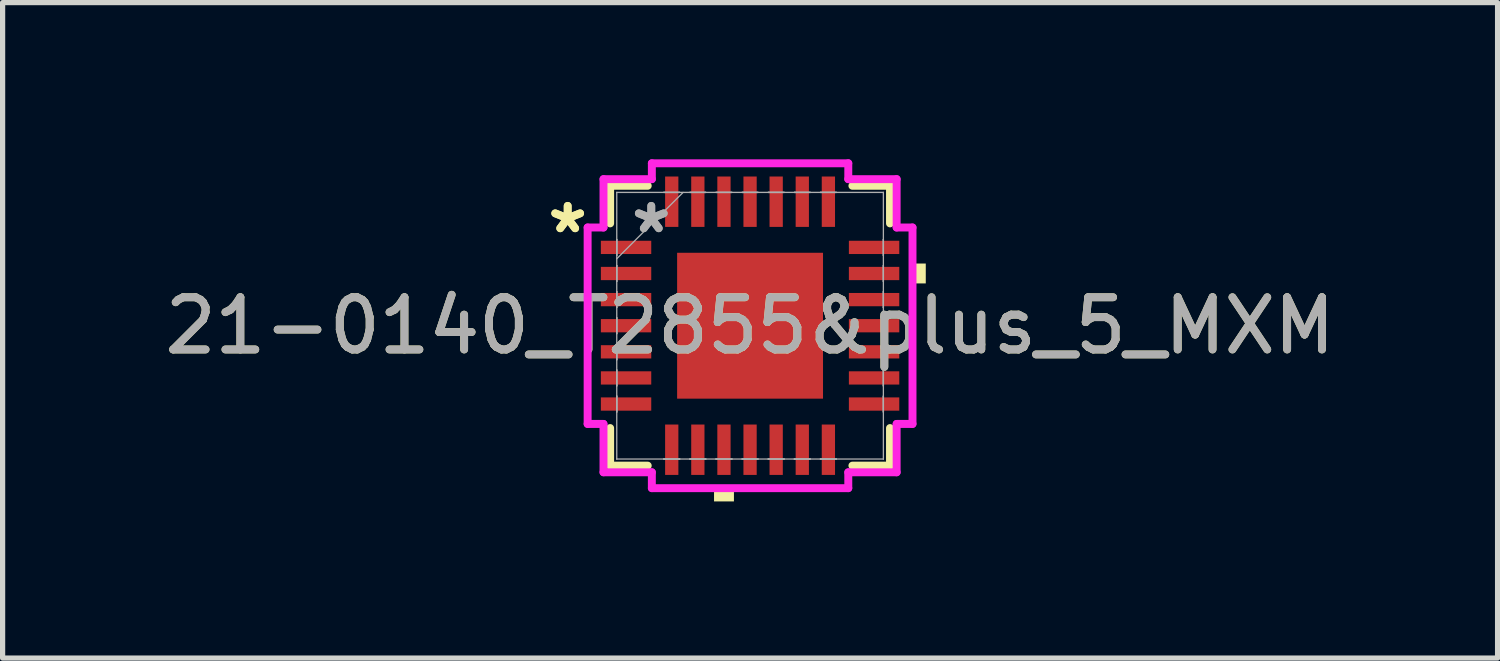
<source format=kicad_pcb>
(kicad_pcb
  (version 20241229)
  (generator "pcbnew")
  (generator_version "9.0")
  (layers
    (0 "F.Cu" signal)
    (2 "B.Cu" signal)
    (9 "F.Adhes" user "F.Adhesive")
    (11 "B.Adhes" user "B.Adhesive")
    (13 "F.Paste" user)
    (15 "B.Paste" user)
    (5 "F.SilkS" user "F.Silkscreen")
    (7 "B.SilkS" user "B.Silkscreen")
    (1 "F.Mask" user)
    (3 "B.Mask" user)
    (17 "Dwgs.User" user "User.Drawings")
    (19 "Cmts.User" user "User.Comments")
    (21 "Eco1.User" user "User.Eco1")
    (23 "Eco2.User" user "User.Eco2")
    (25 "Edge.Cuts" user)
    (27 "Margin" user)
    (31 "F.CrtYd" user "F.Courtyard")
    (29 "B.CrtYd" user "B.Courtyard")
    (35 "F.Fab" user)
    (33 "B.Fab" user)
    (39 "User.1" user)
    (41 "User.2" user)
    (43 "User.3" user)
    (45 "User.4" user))
  (footprint "21-0140_T2855&plus_5_MXM"
    (layer "F.Cu")
    (at 11.315 3.188)
    (property "Reference" "21-0140_T2855&plus_5_MXM" (at 0 0 0) (unlocked yes) (layer "F.SilkS") (effects (font (size 1 1) (thickness 0.15))))
    (attr smd)
    (fp_line (start -2.68 -2.68) (end -2.68 -1.96) (stroke (width 0.152) (type solid)) (layer "F.SilkS"))
    (fp_line (start -2.68 1.96) (end -2.68 2.68) (stroke (width 0.152) (type solid)) (layer "F.SilkS"))
    (fp_line (start -2.68 2.68) (end -1.96 2.68) (stroke (width 0.152) (type solid)) (layer "F.SilkS"))
    (fp_line (start -1.96 -2.68) (end -2.68 -2.68) (stroke (width 0.152) (type solid)) (layer "F.SilkS"))
    (fp_line (start 1.96 2.68) (end 2.68 2.68) (stroke (width 0.152) (type solid)) (layer "F.SilkS"))
    (fp_line (start 2.68 -2.68) (end 1.96 -2.68) (stroke (width 0.152) (type solid)) (layer "F.SilkS"))
    (fp_line (start 2.68 -1.96) (end 2.68 -2.68) (stroke (width 0.152) (type solid)) (layer "F.SilkS"))
    (fp_line (start 2.68 2.68) (end 2.68 1.96) (stroke (width 0.152) (type solid)) (layer "F.SilkS"))
    (fp_poly (pts (xy -0.69 3.111) (xy -0.69 3.365) (xy -0.309 3.365) (xy -0.309 3.111)) (stroke (width 0) (type solid)) (fill yes) (layer "F.SilkS"))
    (fp_poly (pts (xy 3.365 -1.191) (xy 3.365 -0.81) (xy 3.111 -0.81) (xy 3.111 -1.191)) (stroke (width 0) (type solid)) (fill yes) (layer "F.SilkS"))
    (fp_poly (pts (xy -1.297 -1.297) (xy -1.297 -0.1) (xy -0.1 -0.1) (xy -0.1 -1.297)) (stroke (width 0) (type solid)) (fill yes) (layer "F.Paste"))
    (fp_poly (pts (xy -1.297 0.1) (xy -1.297 1.297) (xy -0.1 1.297) (xy -0.1 0.1)) (stroke (width 0) (type solid)) (fill yes) (layer "F.Paste"))
    (fp_poly (pts (xy 0.1 -1.297) (xy 0.1 -0.1) (xy 1.297 -0.1) (xy 1.297 -1.297)) (stroke (width 0) (type solid)) (fill yes) (layer "F.Paste"))
    (fp_poly (pts (xy 0.1 0.1) (xy 0.1 1.297) (xy 1.297 1.297) (xy 1.297 0.1)) (stroke (width 0) (type solid)) (fill yes) (layer "F.Paste"))
    (fp_line (start -3.111 -1.881) (end -2.807 -1.881) (stroke (width 0.152) (type solid)) (layer "F.CrtYd"))
    (fp_line (start -3.111 1.881) (end -3.111 -1.881) (stroke (width 0.152) (type solid)) (layer "F.CrtYd"))
    (fp_line (start -2.807 -2.807) (end -1.881 -2.807) (stroke (width 0.152) (type solid)) (layer "F.CrtYd"))
    (fp_line (start -2.807 -1.881) (end -2.807 -2.807) (stroke (width 0.152) (type solid)) (layer "F.CrtYd"))
    (fp_line (start -2.807 1.881) (end -3.111 1.881) (stroke (width 0.152) (type solid)) (layer "F.CrtYd"))
    (fp_line (start -2.807 2.807) (end -2.807 1.881) (stroke (width 0.152) (type solid)) (layer "F.CrtYd"))
    (fp_line (start -1.881 -3.111) (end 1.881 -3.111) (stroke (width 0.152) (type solid)) (layer "F.CrtYd"))
    (fp_line (start -1.881 -2.807) (end -1.881 -3.111) (stroke (width 0.152) (type solid)) (layer "F.CrtYd"))
    (fp_line (start -1.881 2.807) (end -2.807 2.807) (stroke (width 0.152) (type solid)) (layer "F.CrtYd"))
    (fp_line (start -1.881 3.111) (end -1.881 2.807) (stroke (width 0.152) (type solid)) (layer "F.CrtYd"))
    (fp_line (start 1.881 -3.111) (end 1.881 -2.807) (stroke (width 0.152) (type solid)) (layer "F.CrtYd"))
    (fp_line (start 1.881 -2.807) (end 2.807 -2.807) (stroke (width 0.152) (type solid)) (layer "F.CrtYd"))
    (fp_line (start 1.881 2.807) (end 1.881 3.111) (stroke (width 0.152) (type solid)) (layer "F.CrtYd"))
    (fp_line (start 1.881 3.111) (end -1.881 3.111) (stroke (width 0.152) (type solid)) (layer "F.CrtYd"))
    (fp_line (start 2.807 -2.807) (end 2.807 -1.881) (stroke (width 0.152) (type solid)) (layer "F.CrtYd"))
    (fp_line (start 2.807 -1.881) (end 3.111 -1.881) (stroke (width 0.152) (type solid)) (layer "F.CrtYd"))
    (fp_line (start 2.807 1.881) (end 2.807 2.807) (stroke (width 0.152) (type solid)) (layer "F.CrtYd"))
    (fp_line (start 2.807 2.807) (end 1.881 2.807) (stroke (width 0.152) (type solid)) (layer "F.CrtYd"))
    (fp_line (start 3.111 -1.881) (end 3.111 1.881) (stroke (width 0.152) (type solid)) (layer "F.CrtYd"))
    (fp_line (start 3.111 1.881) (end 2.807 1.881) (stroke (width 0.152) (type solid)) (layer "F.CrtYd"))
    (fp_line (start -2.553 -2.553) (end -2.553 -2.553) (stroke (width 0.025) (type solid)) (layer "F.Fab"))
    (fp_line (start -2.553 -2.553) (end -2.553 2.553) (stroke (width 0.025) (type solid)) (layer "F.Fab"))
    (fp_line (start -2.553 -1.652) (end -2.553 -1.652) (stroke (width 0.025) (type solid)) (layer "F.Fab"))
    (fp_line (start -2.553 -1.652) (end -2.553 -1.348) (stroke (width 0.025) (type solid)) (layer "F.Fab"))
    (fp_line (start -2.553 -1.348) (end -2.553 -1.652) (stroke (width 0.025) (type solid)) (layer "F.Fab"))
    (fp_line (start -2.553 -1.348) (end -2.553 -1.348) (stroke (width 0.025) (type solid)) (layer "F.Fab"))
    (fp_line (start -2.553 -1.283) (end -1.283 -2.553) (stroke (width 0.025) (type solid)) (layer "F.Fab"))
    (fp_line (start -2.553 -1.152) (end -2.553 -1.152) (stroke (width 0.025) (type solid)) (layer "F.Fab"))
    (fp_line (start -2.553 -1.152) (end -2.553 -0.848) (stroke (width 0.025) (type solid)) (layer "F.Fab"))
    (fp_line (start -2.553 -0.848) (end -2.553 -1.152) (stroke (width 0.025) (type solid)) (layer "F.Fab"))
    (fp_line (start -2.553 -0.848) (end -2.553 -0.848) (stroke (width 0.025) (type solid)) (layer "F.Fab"))
    (fp_line (start -2.553 -0.652) (end -2.553 -0.652) (stroke (width 0.025) (type solid)) (layer "F.Fab"))
    (fp_line (start -2.553 -0.652) (end -2.553 -0.348) (stroke (width 0.025) (type solid)) (layer "F.Fab"))
    (fp_line (start -2.553 -0.348) (end -2.553 -0.652) (stroke (width 0.025) (type solid)) (layer "F.Fab"))
    (fp_line (start -2.553 -0.348) (end -2.553 -0.348) (stroke (width 0.025) (type solid)) (layer "F.Fab"))
    (fp_line (start -2.553 -0.152) (end -2.553 -0.152) (stroke (width 0.025) (type solid)) (layer "F.Fab"))
    (fp_line (start -2.553 -0.152) (end -2.553 0.152) (stroke (width 0.025) (type solid)) (layer "F.Fab"))
    (fp_line (start -2.553 0.152) (end -2.553 -0.152) (stroke (width 0.025) (type solid)) (layer "F.Fab"))
    (fp_line (start -2.553 0.152) (end -2.553 0.152) (stroke (width 0.025) (type solid)) (layer "F.Fab"))
    (fp_line (start -2.553 0.348) (end -2.553 0.348) (stroke (width 0.025) (type solid)) (layer "F.Fab"))
    (fp_line (start -2.553 0.348) (end -2.553 0.652) (stroke (width 0.025) (type solid)) (layer "F.Fab"))
    (fp_line (start -2.553 0.652) (end -2.553 0.348) (stroke (width 0.025) (type solid)) (layer "F.Fab"))
    (fp_line (start -2.553 0.652) (end -2.553 0.652) (stroke (width 0.025) (type solid)) (layer "F.Fab"))
    (fp_line (start -2.553 0.848) (end -2.553 0.848) (stroke (width 0.025) (type solid)) (layer "F.Fab"))
    (fp_line (start -2.553 0.848) (end -2.553 1.152) (stroke (width 0.025) (type solid)) (layer "F.Fab"))
    (fp_line (start -2.553 1.152) (end -2.553 0.848) (stroke (width 0.025) (type solid)) (layer "F.Fab"))
    (fp_line (start -2.553 1.152) (end -2.553 1.152) (stroke (width 0.025) (type solid)) (layer "F.Fab"))
    (fp_line (start -2.553 1.348) (end -2.553 1.348) (stroke (width 0.025) (type solid)) (layer "F.Fab"))
    (fp_line (start -2.553 1.348) (end -2.553 1.652) (stroke (width 0.025) (type solid)) (layer "F.Fab"))
    (fp_line (start -2.553 1.652) (end -2.553 1.348) (stroke (width 0.025) (type solid)) (layer "F.Fab"))
    (fp_line (start -2.553 1.652) (end -2.553 1.652) (stroke (width 0.025) (type solid)) (layer "F.Fab"))
    (fp_line (start -2.553 2.553) (end -2.553 2.553) (stroke (width 0.025) (type solid)) (layer "F.Fab"))
    (fp_line (start -2.553 2.553) (end 2.553 2.553) (stroke (width 0.025) (type solid)) (layer "F.Fab"))
    (fp_line (start -1.652 -2.553) (end -1.652 -2.553) (stroke (width 0.025) (type solid)) (layer "F.Fab"))
    (fp_line (start -1.652 -2.553) (end -1.348 -2.553) (stroke (width 0.025) (type solid)) (layer "F.Fab"))
    (fp_line (start -1.652 2.553) (end -1.652 2.553) (stroke (width 0.025) (type solid)) (layer "F.Fab"))
    (fp_line (start -1.652 2.553) (end -1.348 2.553) (stroke (width 0.025) (type solid)) (layer "F.Fab"))
    (fp_line (start -1.348 -2.553) (end -1.652 -2.553) (stroke (width 0.025) (type solid)) (layer "F.Fab"))
    (fp_line (start -1.348 -2.553) (end -1.348 -2.553) (stroke (width 0.025) (type solid)) (layer "F.Fab"))
    (fp_line (start -1.348 2.553) (end -1.652 2.553) (stroke (width 0.025) (type solid)) (layer "F.Fab"))
    (fp_line (start -1.348 2.553) (end -1.348 2.553) (stroke (width 0.025) (type solid)) (layer "F.Fab"))
    (fp_line (start -1.152 -2.553) (end -1.152 -2.553) (stroke (width 0.025) (type solid)) (layer "F.Fab"))
    (fp_line (start -1.152 -2.553) (end -0.848 -2.553) (stroke (width 0.025) (type solid)) (layer "F.Fab"))
    (fp_line (start -1.152 2.553) (end -1.152 2.553) (stroke (width 0.025) (type solid)) (layer "F.Fab"))
    (fp_line (start -1.152 2.553) (end -0.848 2.553) (stroke (width 0.025) (type solid)) (layer "F.Fab"))
    (fp_line (start -0.848 -2.553) (end -1.152 -2.553) (stroke (width 0.025) (type solid)) (layer "F.Fab"))
    (fp_line (start -0.848 -2.553) (end -0.848 -2.553) (stroke (width 0.025) (type solid)) (layer "F.Fab"))
    (fp_line (start -0.848 2.553) (end -1.152 2.553) (stroke (width 0.025) (type solid)) (layer "F.Fab"))
    (fp_line (start -0.848 2.553) (end -0.848 2.553) (stroke (width 0.025) (type solid)) (layer "F.Fab"))
    (fp_line (start -0.652 -2.553) (end -0.652 -2.553) (stroke (width 0.025) (type solid)) (layer "F.Fab"))
    (fp_line (start -0.652 -2.553) (end -0.348 -2.553) (stroke (width 0.025) (type solid)) (layer "F.Fab"))
    (fp_line (start -0.652 2.553) (end -0.652 2.553) (stroke (width 0.025) (type solid)) (layer "F.Fab"))
    (fp_line (start -0.652 2.553) (end -0.348 2.553) (stroke (width 0.025) (type solid)) (layer "F.Fab"))
    (fp_line (start -0.348 -2.553) (end -0.652 -2.553) (stroke (width 0.025) (type solid)) (layer "F.Fab"))
    (fp_line (start -0.348 -2.553) (end -0.348 -2.553) (stroke (width 0.025) (type solid)) (layer "F.Fab"))
    (fp_line (start -0.348 2.553) (end -0.652 2.553) (stroke (width 0.025) (type solid)) (layer "F.Fab"))
    (fp_line (start -0.348 2.553) (end -0.348 2.553) (stroke (width 0.025) (type solid)) (layer "F.Fab"))
    (fp_line (start -0.152 -2.553) (end -0.152 -2.553) (stroke (width 0.025) (type solid)) (layer "F.Fab"))
    (fp_line (start -0.152 -2.553) (end 0.152 -2.553) (stroke (width 0.025) (type solid)) (layer "F.Fab"))
    (fp_line (start -0.152 2.553) (end -0.152 2.553) (stroke (width 0.025) (type solid)) (layer "F.Fab"))
    (fp_line (start -0.152 2.553) (end 0.152 2.553) (stroke (width 0.025) (type solid)) (layer "F.Fab"))
    (fp_line (start 0.152 -2.553) (end -0.152 -2.553) (stroke (width 0.025) (type solid)) (layer "F.Fab"))
    (fp_line (start 0.152 -2.553) (end 0.152 -2.553) (stroke (width 0.025) (type solid)) (layer "F.Fab"))
    (fp_line (start 0.152 2.553) (end -0.152 2.553) (stroke (width 0.025) (type solid)) (layer "F.Fab"))
    (fp_line (start 0.152 2.553) (end 0.152 2.553) (stroke (width 0.025) (type solid)) (layer "F.Fab"))
    (fp_line (start 0.348 -2.553) (end 0.348 -2.553) (stroke (width 0.025) (type solid)) (layer "F.Fab"))
    (fp_line (start 0.348 -2.553) (end 0.652 -2.553) (stroke (width 0.025) (type solid)) (layer "F.Fab"))
    (fp_line (start 0.348 2.553) (end 0.348 2.553) (stroke (width 0.025) (type solid)) (layer "F.Fab"))
    (fp_line (start 0.348 2.553) (end 0.652 2.553) (stroke (width 0.025) (type solid)) (layer "F.Fab"))
    (fp_line (start 0.652 -2.553) (end 0.348 -2.553) (stroke (width 0.025) (type solid)) (layer "F.Fab"))
    (fp_line (start 0.652 -2.553) (end 0.652 -2.553) (stroke (width 0.025) (type solid)) (layer "F.Fab"))
    (fp_line (start 0.652 2.553) (end 0.348 2.553) (stroke (width 0.025) (type solid)) (layer "F.Fab"))
    (fp_line (start 0.652 2.553) (end 0.652 2.553) (stroke (width 0.025) (type solid)) (layer "F.Fab"))
    (fp_line (start 0.848 -2.553) (end 0.848 -2.553) (stroke (width 0.025) (type solid)) (layer "F.Fab"))
    (fp_line (start 0.848 -2.553) (end 1.152 -2.553) (stroke (width 0.025) (type solid)) (layer "F.Fab"))
    (fp_line (start 0.848 2.553) (end 0.848 2.553) (stroke (width 0.025) (type solid)) (layer "F.Fab"))
    (fp_line (start 0.848 2.553) (end 1.152 2.553) (stroke (width 0.025) (type solid)) (layer "F.Fab"))
    (fp_line (start 1.152 -2.553) (end 0.848 -2.553) (stroke (width 0.025) (type solid)) (layer "F.Fab"))
    (fp_line (start 1.152 -2.553) (end 1.152 -2.553) (stroke (width 0.025) (type solid)) (layer "F.Fab"))
    (fp_line (start 1.152 2.553) (end 0.848 2.553) (stroke (width 0.025) (type solid)) (layer "F.Fab"))
    (fp_line (start 1.152 2.553) (end 1.152 2.553) (stroke (width 0.025) (type solid)) (layer "F.Fab"))
    (fp_line (start 1.348 -2.553) (end 1.348 -2.553) (stroke (width 0.025) (type solid)) (layer "F.Fab"))
    (fp_line (start 1.348 -2.553) (end 1.652 -2.553) (stroke (width 0.025) (type solid)) (layer "F.Fab"))
    (fp_line (start 1.348 2.553) (end 1.348 2.553) (stroke (width 0.025) (type solid)) (layer "F.Fab"))
    (fp_line (start 1.348 2.553) (end 1.652 2.553) (stroke (width 0.025) (type solid)) (layer "F.Fab"))
    (fp_line (start 1.652 -2.553) (end 1.348 -2.553) (stroke (width 0.025) (type solid)) (layer "F.Fab"))
    (fp_line (start 1.652 -2.553) (end 1.652 -2.553) (stroke (width 0.025) (type solid)) (layer "F.Fab"))
    (fp_line (start 1.652 2.553) (end 1.348 2.553) (stroke (width 0.025) (type solid)) (layer "F.Fab"))
    (fp_line (start 1.652 2.553) (end 1.652 2.553) (stroke (width 0.025) (type solid)) (layer "F.Fab"))
    (fp_line (start 2.553 -2.553) (end -2.553 -2.553) (stroke (width 0.025) (type solid)) (layer "F.Fab"))
    (fp_line (start 2.553 -2.553) (end 2.553 -2.553) (stroke (width 0.025) (type solid)) (layer "F.Fab"))
    (fp_line (start 2.553 -1.652) (end 2.553 -1.652) (stroke (width 0.025) (type solid)) (layer "F.Fab"))
    (fp_line (start 2.553 -1.652) (end 2.553 -1.348) (stroke (width 0.025) (type solid)) (layer "F.Fab"))
    (fp_line (start 2.553 -1.348) (end 2.553 -1.652) (stroke (width 0.025) (type solid)) (layer "F.Fab"))
    (fp_line (start 2.553 -1.348) (end 2.553 -1.348) (stroke (width 0.025) (type solid)) (layer "F.Fab"))
    (fp_line (start 2.553 -1.152) (end 2.553 -1.152) (stroke (width 0.025) (type solid)) (layer "F.Fab"))
    (fp_line (start 2.553 -1.152) (end 2.553 -0.848) (stroke (width 0.025) (type solid)) (layer "F.Fab"))
    (fp_line (start 2.553 -0.848) (end 2.553 -1.152) (stroke (width 0.025) (type solid)) (layer "F.Fab"))
    (fp_line (start 2.553 -0.848) (end 2.553 -0.848) (stroke (width 0.025) (type solid)) (layer "F.Fab"))
    (fp_line (start 2.553 -0.652) (end 2.553 -0.652) (stroke (width 0.025) (type solid)) (layer "F.Fab"))
    (fp_line (start 2.553 -0.652) (end 2.553 -0.348) (stroke (width 0.025) (type solid)) (layer "F.Fab"))
    (fp_line (start 2.553 -0.348) (end 2.553 -0.652) (stroke (width 0.025) (type solid)) (layer "F.Fab"))
    (fp_line (start 2.553 -0.348) (end 2.553 -0.348) (stroke (width 0.025) (type solid)) (layer "F.Fab"))
    (fp_line (start 2.553 -0.152) (end 2.553 -0.152) (stroke (width 0.025) (type solid)) (layer "F.Fab"))
    (fp_line (start 2.553 -0.152) (end 2.553 0.152) (stroke (width 0.025) (type solid)) (layer "F.Fab"))
    (fp_line (start 2.553 0.152) (end 2.553 -0.152) (stroke (width 0.025) (type solid)) (layer "F.Fab"))
    (fp_line (start 2.553 0.152) (end 2.553 0.152) (stroke (width 0.025) (type solid)) (layer "F.Fab"))
    (fp_line (start 2.553 0.348) (end 2.553 0.348) (stroke (width 0.025) (type solid)) (layer "F.Fab"))
    (fp_line (start 2.553 0.348) (end 2.553 0.652) (stroke (width 0.025) (type solid)) (layer "F.Fab"))
    (fp_line (start 2.553 0.652) (end 2.553 0.348) (stroke (width 0.025) (type solid)) (layer "F.Fab"))
    (fp_line (start 2.553 0.652) (end 2.553 0.652) (stroke (width 0.025) (type solid)) (layer "F.Fab"))
    (fp_line (start 2.553 0.848) (end 2.553 0.848) (stroke (width 0.025) (type solid)) (layer "F.Fab"))
    (fp_line (start 2.553 0.848) (end 2.553 1.152) (stroke (width 0.025) (type solid)) (layer "F.Fab"))
    (fp_line (start 2.553 1.152) (end 2.553 0.848) (stroke (width 0.025) (type solid)) (layer "F.Fab"))
    (fp_line (start 2.553 1.152) (end 2.553 1.152) (stroke (width 0.025) (type solid)) (layer "F.Fab"))
    (fp_line (start 2.553 1.348) (end 2.553 1.348) (stroke (width 0.025) (type solid)) (layer "F.Fab"))
    (fp_line (start 2.553 1.348) (end 2.553 1.652) (stroke (width 0.025) (type solid)) (layer "F.Fab"))
    (fp_line (start 2.553 1.652) (end 2.553 1.348) (stroke (width 0.025) (type solid)) (layer "F.Fab"))
    (fp_line (start 2.553 1.652) (end 2.553 1.652) (stroke (width 0.025) (type solid)) (layer "F.Fab"))
    (fp_line (start 2.553 2.553) (end 2.553 -2.553) (stroke (width 0.025) (type solid)) (layer "F.Fab"))
    (fp_line (start 2.553 2.553) (end 2.553 2.553) (stroke (width 0.025) (type solid)) (layer "F.Fab"))
    (fp_text user "*" (at -3.493 -1.75 0) (unlocked yes) (layer "F.SilkS") (effects (font (size 1 1) (thickness 0.15))))
    (fp_text user "*" (at -3.493 -1.75 0) (layer "F.SilkS") (effects (font (size 1 1) (thickness 0.15))))
    (fp_text user "*" (at -1.892 -1.75 0) (layer "F.Fab") (effects (font (size 1 1) (thickness 0.15))))
    (fp_text user "*" (at -1.892 -1.75 0) (unlocked yes) (layer "F.Fab") (effects (font (size 1 1) (thickness 0.15))))
    (fp_text user "${REFERENCE}" (at 0 0 0) (unlocked yes) (layer "F.Fab") (effects (font (size 1 1) (thickness 0.15))))
    (pad "1" smd rect (at -2.375 -1.5 90) (size 0.254 0.965) (layers "F.Cu" "F.Mask" "F.Paste"))
    (pad "2" smd rect (at -2.375 -1 90) (size 0.254 0.965) (layers "F.Cu" "F.Mask" "F.Paste"))
    (pad "3" smd rect (at -2.375 -0.5 90) (size 0.254 0.965) (layers "F.Cu" "F.Mask" "F.Paste"))
    (pad "4" smd rect (at -2.375 0 90) (size 0.254 0.965) (layers "F.Cu" "F.Mask" "F.Paste"))
    (pad "5" smd rect (at -2.375 0.5 90) (size 0.254 0.965) (layers "F.Cu" "F.Mask" "F.Paste"))
    (pad "6" smd rect (at -2.375 1 90) (size 0.254 0.965) (layers "F.Cu" "F.Mask" "F.Paste"))
    (pad "7" smd rect (at -2.375 1.5 90) (size 0.254 0.965) (layers "F.Cu" "F.Mask" "F.Paste"))
    (pad "8" smd rect (at -1.5 2.375) (size 0.254 0.965) (layers "F.Cu" "F.Mask" "F.Paste"))
    (pad "9" smd rect (at -1 2.375) (size 0.254 0.965) (layers "F.Cu" "F.Mask" "F.Paste"))
    (pad "10" smd rect (at -0.5 2.375) (size 0.254 0.965) (layers "F.Cu" "F.Mask" "F.Paste"))
    (pad "11" smd rect (at 0 2.375) (size 0.254 0.965) (layers "F.Cu" "F.Mask" "F.Paste"))
    (pad "12" smd rect (at 0.5 2.375) (size 0.254 0.965) (layers "F.Cu" "F.Mask" "F.Paste"))
    (pad "13" smd rect (at 1 2.375) (size 0.254 0.965) (layers "F.Cu" "F.Mask" "F.Paste"))
    (pad "14" smd rect (at 1.5 2.375) (size 0.254 0.965) (layers "F.Cu" "F.Mask" "F.Paste"))
    (pad "15" smd rect (at 2.375 1.5 90) (size 0.254 0.965) (layers "F.Cu" "F.Mask" "F.Paste"))
    (pad "16" smd rect (at 2.375 1 90) (size 0.254 0.965) (layers "F.Cu" "F.Mask" "F.Paste"))
    (pad "17" smd rect (at 2.375 0.5 90) (size 0.254 0.965) (layers "F.Cu" "F.Mask" "F.Paste"))
    (pad "18" smd rect (at 2.375 0 90) (size 0.254 0.965) (layers "F.Cu" "F.Mask" "F.Paste"))
    (pad "19" smd rect (at 2.375 -0.5 90) (size 0.254 0.965) (layers "F.Cu" "F.Mask" "F.Paste"))
    (pad "20" smd rect (at 2.375 -1 90) (size 0.254 0.965) (layers "F.Cu" "F.Mask" "F.Paste"))
    (pad "21" smd rect (at 2.375 -1.5 90) (size 0.254 0.965) (layers "F.Cu" "F.Mask" "F.Paste"))
    (pad "22" smd rect (at 1.5 -2.375) (size 0.254 0.965) (layers "F.Cu" "F.Mask" "F.Paste"))
    (pad "23" smd rect (at 1 -2.375) (size 0.254 0.965) (layers "F.Cu" "F.Mask" "F.Paste"))
    (pad "24" smd rect (at 0.5 -2.375) (size 0.254 0.965) (layers "F.Cu" "F.Mask" "F.Paste"))
    (pad "25" smd rect (at 0 -2.375) (size 0.254 0.965) (layers "F.Cu" "F.Mask" "F.Paste"))
    (pad "26" smd rect (at -0.5 -2.375) (size 0.254 0.965) (layers "F.Cu" "F.Mask" "F.Paste"))
    (pad "27" smd rect (at -1 -2.375) (size 0.254 0.965) (layers "F.Cu" "F.Mask" "F.Paste"))
    (pad "28" smd rect (at -1.5 -2.375) (size 0.254 0.965) (layers "F.Cu" "F.Mask" "F.Paste"))
    (pad "29" smd rect (at 0 0) (size 2.794 2.794) (layers "F.Cu" "F.Mask" "F.Paste")))
  (gr_rect
    (start -3 -3)
    (end 25.631 9.553)
    (stroke (width 0.1) (type default))
    (fill no)
    (layer "Edge.Cuts")))
</source>
